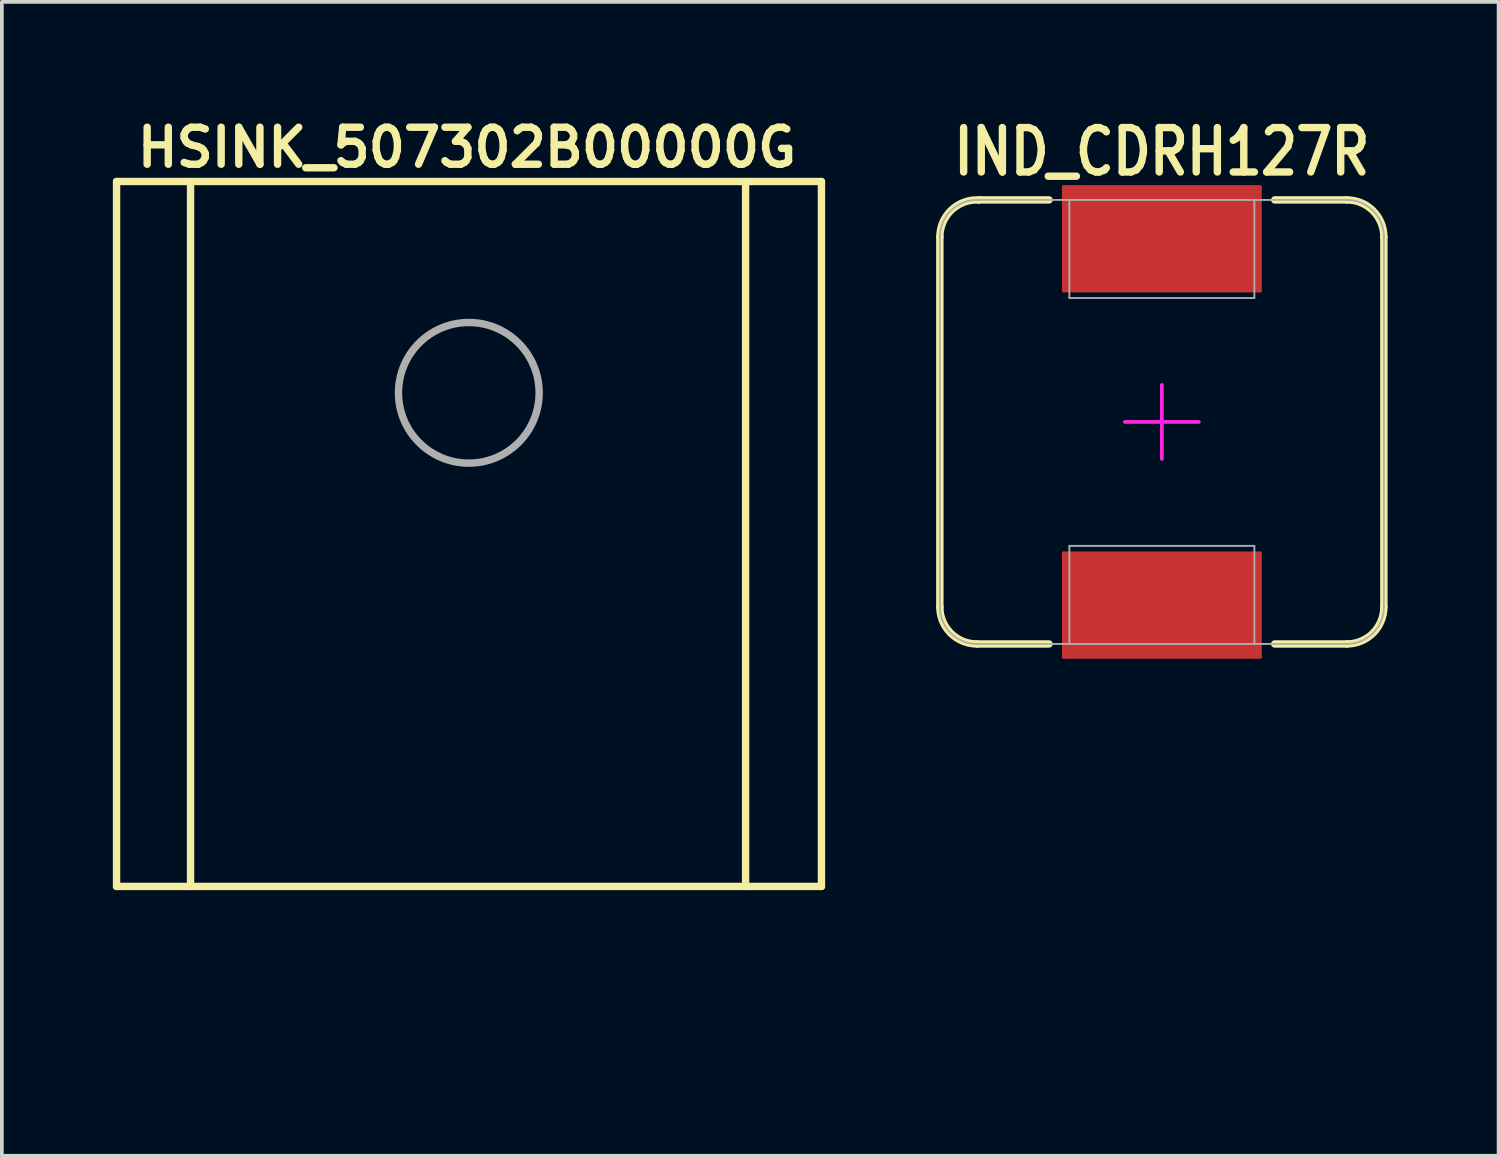
<source format=kicad_pcb>
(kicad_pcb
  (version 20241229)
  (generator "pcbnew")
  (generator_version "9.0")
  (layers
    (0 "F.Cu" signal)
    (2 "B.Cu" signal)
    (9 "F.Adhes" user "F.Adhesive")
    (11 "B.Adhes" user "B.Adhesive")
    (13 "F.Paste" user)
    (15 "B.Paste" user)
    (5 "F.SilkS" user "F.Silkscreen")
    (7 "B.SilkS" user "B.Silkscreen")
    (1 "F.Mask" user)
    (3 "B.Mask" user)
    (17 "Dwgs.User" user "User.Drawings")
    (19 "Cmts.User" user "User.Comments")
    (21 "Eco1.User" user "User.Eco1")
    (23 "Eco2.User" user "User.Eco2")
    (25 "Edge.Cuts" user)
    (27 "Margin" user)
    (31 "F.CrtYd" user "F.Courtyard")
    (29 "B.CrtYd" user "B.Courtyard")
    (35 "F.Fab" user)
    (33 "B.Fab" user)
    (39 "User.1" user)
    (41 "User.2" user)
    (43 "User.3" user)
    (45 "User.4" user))
  (footprint "HSINK_507302B00000G"
    (layer "F.Cu")
    (at 9.62 24.936)
    (property "Reference" "HSINK_507302B00000G" (at -0.05 -24 0) (layer "F.SilkS") (effects (font (size 1 1) (thickness 0.2))))
    (attr through_hole)
    (fp_line (start -9.52 -23.08) (end 9.53 -23.08) (stroke (width 0.2) (type solid)) (layer "F.SilkS"))
    (fp_line (start -9.52 -4.03) (end -9.52 -23.08) (stroke (width 0.2) (type solid)) (layer "F.SilkS"))
    (fp_line (start -9.52 -4.03) (end 9.53 -4.03) (stroke (width 0.2) (type solid)) (layer "F.SilkS"))
    (fp_line (start -7.52 -4.03) (end -7.52 -23.08) (stroke (width 0.2) (type solid)) (layer "F.SilkS"))
    (fp_line (start 7.48 -4.03) (end 7.48 -23.08) (stroke (width 0.2) (type solid)) (layer "F.SilkS"))
    (fp_line (start 9.53 -4.03) (end 9.53 -23.08) (stroke (width 0.2) (type solid)) (layer "F.SilkS"))
    (fp_circle (center 0 -17.37) (end 1.9 -17.42) (stroke (width 0.2) (type solid)) (fill no) (layer "F.Fab")))
  (footprint "IND_CDRH127R"
    (layer "F.Cu")
    (at 28.35 8.353)
    (property "Reference" "IND_CDRH127R" (at 0 -7.3 0) (layer "F.SilkS") (effects (font (size 1.2 1) (thickness 0.2))))
    (attr through_hole)
    (fp_line (start -2.65 -6.35) (end 2.65 -6.35) (stroke (width 0.1) (type solid)) (layer "F.Cu"))
    (fp_line (start -2.65 -3.55) (end -2.65 -6.35) (stroke (width 0.1) (type solid)) (layer "F.Cu"))
    (fp_line (start -2.65 -3.55) (end 2.65 -3.55) (stroke (width 0.1) (type solid)) (layer "F.Cu"))
    (fp_line (start -2.65 3.55) (end 2.65 3.55) (stroke (width 0.1) (type solid)) (layer "F.Cu"))
    (fp_line (start -2.65 6.35) (end -2.65 3.55) (stroke (width 0.1) (type solid)) (layer "F.Cu"))
    (fp_line (start -2.65 6.35) (end 2.65 6.35) (stroke (width 0.1) (type solid)) (layer "F.Cu"))
    (fp_line (start 2.65 -3.55) (end 2.65 -6.35) (stroke (width 0.1) (type solid)) (layer "F.Cu"))
    (fp_line (start 2.65 6.35) (end 2.65 3.55) (stroke (width 0.1) (type solid)) (layer "F.Cu"))
    (fp_line (start -2.65 -6.35) (end 2.65 -6.35) (stroke (width 0.3) (type solid)) (layer "F.Mask"))
    (fp_line (start -2.65 -3.55) (end -2.65 -6.35) (stroke (width 0.3) (type solid)) (layer "F.Mask"))
    (fp_line (start -2.65 -3.55) (end 2.65 -3.55) (stroke (width 0.3) (type solid)) (layer "F.Mask"))
    (fp_line (start -2.65 3.55) (end 2.65 3.55) (stroke (width 0.3) (type solid)) (layer "F.Mask"))
    (fp_line (start -2.65 6.35) (end -2.65 3.55) (stroke (width 0.3) (type solid)) (layer "F.Mask"))
    (fp_line (start -2.65 6.35) (end 2.65 6.35) (stroke (width 0.3) (type solid)) (layer "F.Mask"))
    (fp_line (start 2.65 -3.55) (end 2.65 -6.35) (stroke (width 0.3) (type solid)) (layer "F.Mask"))
    (fp_line (start 2.65 6.35) (end 2.65 3.55) (stroke (width 0.3) (type solid)) (layer "F.Mask"))
    (fp_line (start -6 -5) (end -6 5) (stroke (width 0.2) (type solid)) (layer "F.SilkS"))
    (fp_line (start -5 6) (end -3.05 6) (stroke (width 0.2) (type solid)) (layer "F.SilkS"))
    (fp_line (start -4.95 -6) (end -3.05 -6) (stroke (width 0.2) (type solid)) (layer "F.SilkS"))
    (fp_line (start 3.05 6) (end 5 6) (stroke (width 0.2) (type solid)) (layer "F.SilkS"))
    (fp_line (start 5 -6) (end 3.05 -6) (stroke (width 0.2) (type solid)) (layer "F.SilkS"))
    (fp_line (start 6 5) (end 6 -5) (stroke (width 0.2) (type solid)) (layer "F.SilkS"))
    (fp_arc (start -6 -5) (mid -5.688274 -5.725451) (end -4.947441 -5.998618) (stroke (width 0.2) (type solid)) (layer "F.SilkS"))
    (fp_arc (start -5 6) (mid -5.707107 5.707107) (end -6 5) (stroke (width 0.2) (type solid)) (layer "F.SilkS"))
    (fp_arc (start 5 -6) (mid 5.707107 -5.707107) (end 6 -5) (stroke (width 0.2) (type solid)) (layer "F.SilkS"))
    (fp_arc (start 6 5) (mid 5.707107 5.707107) (end 5 6) (stroke (width 0.2) (type solid)) (layer "F.SilkS"))
    (fp_line (start -2.65 -6.35) (end -2.65 -3.55) (stroke (width 0.05) (type solid)) (layer "F.Paste"))
    (fp_line (start -2.65 3.55) (end -2.65 6.35) (stroke (width 0.05) (type solid)) (layer "F.Paste"))
    (fp_line (start 2.65 -6.35) (end -2.65 -6.35) (stroke (width 0.05) (type solid)) (layer "F.Paste"))
    (fp_line (start 2.65 -6.35) (end 2.65 -3.55) (stroke (width 0.05) (type solid)) (layer "F.Paste"))
    (fp_line (start 2.65 -3.55) (end -2.65 -3.55) (stroke (width 0.05) (type solid)) (layer "F.Paste"))
    (fp_line (start 2.65 3.55) (end -2.65 3.55) (stroke (width 0.05) (type solid)) (layer "F.Paste"))
    (fp_line (start 2.65 3.55) (end 2.65 6.35) (stroke (width 0.05) (type solid)) (layer "F.Paste"))
    (fp_line (start 2.65 6.35) (end -2.65 6.35) (stroke (width 0.05) (type solid)) (layer "F.Paste"))
    (fp_line (start -1 0) (end 1 0) (stroke (width 0.1) (type solid)) (layer "F.CrtYd"))
    (fp_line (start 0 -1) (end 0 1) (stroke (width 0.1) (type solid)) (layer "F.CrtYd"))
    (fp_line (start -6 5) (end -6 -5) (stroke (width 0.05) (type solid)) (layer "F.Fab"))
    (fp_line (start -5 -6) (end 5 -6) (stroke (width 0.05) (type solid)) (layer "F.Fab"))
    (fp_line (start -2.5 -3.35) (end -2.5 -6) (stroke (width 0.05) (type solid)) (layer "F.Fab"))
    (fp_line (start -2.5 -3.35) (end 2.5 -3.35) (stroke (width 0.05) (type solid)) (layer "F.Fab"))
    (fp_line (start -2.5 3.35) (end 2.5 3.35) (stroke (width 0.05) (type solid)) (layer "F.Fab"))
    (fp_line (start -2.5 6) (end -2.5 3.35) (stroke (width 0.05) (type solid)) (layer "F.Fab"))
    (fp_line (start 2.5 -3.35) (end 2.5 -6) (stroke (width 0.05) (type solid)) (layer "F.Fab"))
    (fp_line (start 2.5 3.35) (end 2.5 6) (stroke (width 0.05) (type solid)) (layer "F.Fab"))
    (fp_line (start 5 6) (end -5 6) (stroke (width 0.05) (type solid)) (layer "F.Fab"))
    (fp_line (start 6 -5) (end 6 5) (stroke (width 0.05) (type solid)) (layer "F.Fab"))
    (fp_arc (start -6 -5) (mid -5.707107 -5.707107) (end -5 -6) (stroke (width 0.05) (type solid)) (layer "F.Fab"))
    (fp_arc (start -5 6) (mid -5.707107 5.707107) (end -6 5) (stroke (width 0.05) (type solid)) (layer "F.Fab"))
    (fp_arc (start 5 -6) (mid 5.707107 -5.707107) (end 6 -5) (stroke (width 0.05) (type solid)) (layer "F.Fab"))
    (fp_arc (start 6 5) (mid 5.707107 5.707107) (end 5 6) (stroke (width 0.05) (type solid)) (layer "F.Fab"))
    (pad "1" smd rect (at 0 -4.95) (size 5.3 2.8) (layers "F.Cu" "F.Mask" "F.Paste"))
    (pad "2" smd rect (at 0 4.95) (size 5.3 2.8) (layers "F.Cu" "F.Mask" "F.Paste")))
  (gr_rect
    (start -3 -3)
    (end 37.45 28.186)
    (stroke (width 0.1) (type default))
    (fill no)
    (layer "Edge.Cuts")))
</source>
